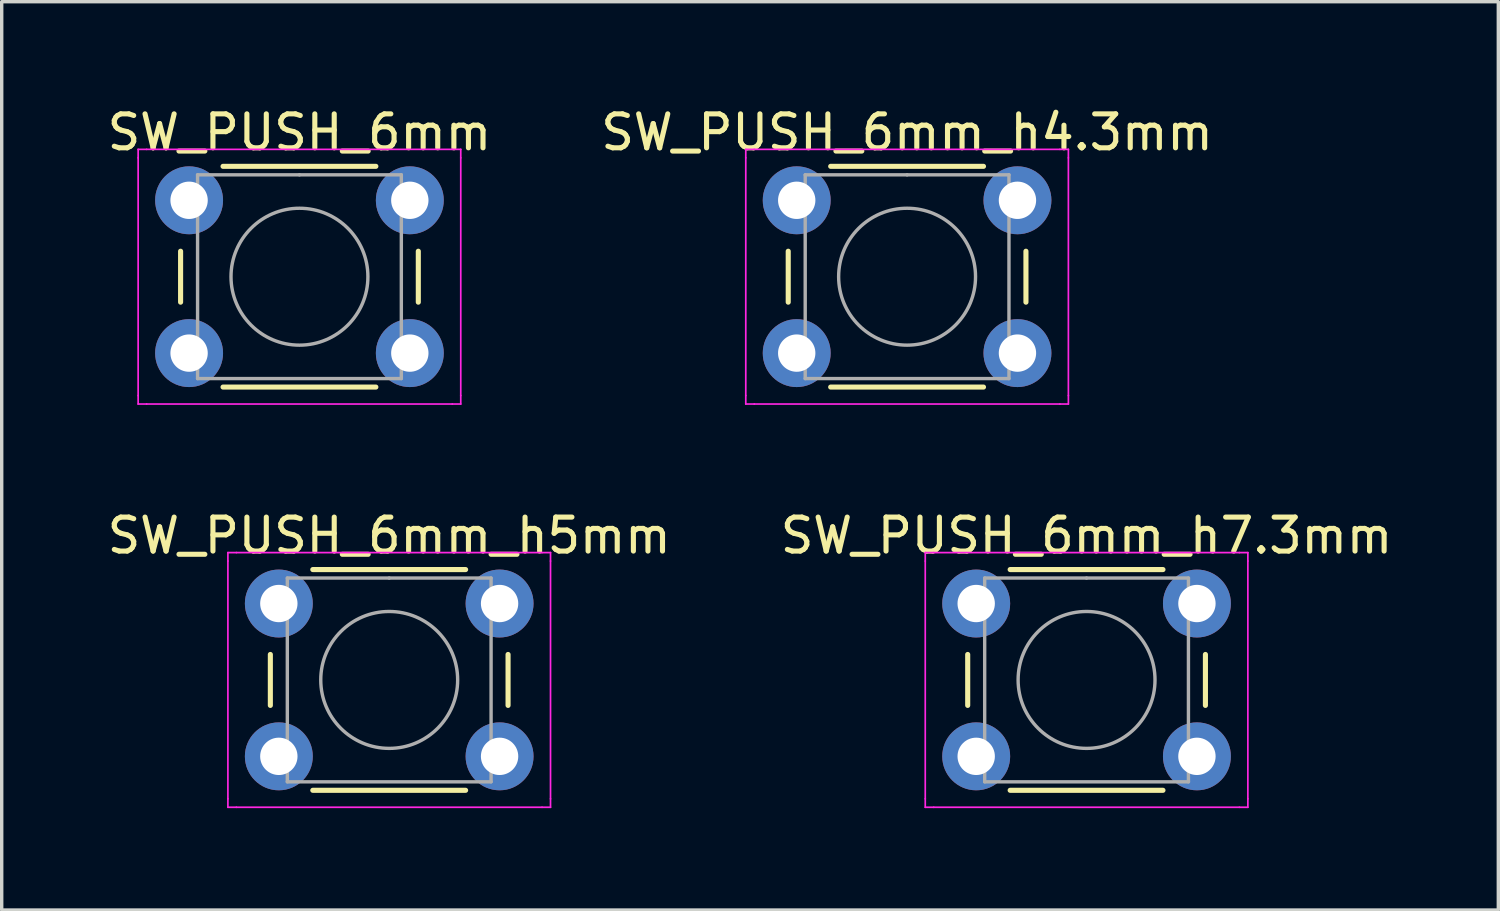
<source format=kicad_pcb>
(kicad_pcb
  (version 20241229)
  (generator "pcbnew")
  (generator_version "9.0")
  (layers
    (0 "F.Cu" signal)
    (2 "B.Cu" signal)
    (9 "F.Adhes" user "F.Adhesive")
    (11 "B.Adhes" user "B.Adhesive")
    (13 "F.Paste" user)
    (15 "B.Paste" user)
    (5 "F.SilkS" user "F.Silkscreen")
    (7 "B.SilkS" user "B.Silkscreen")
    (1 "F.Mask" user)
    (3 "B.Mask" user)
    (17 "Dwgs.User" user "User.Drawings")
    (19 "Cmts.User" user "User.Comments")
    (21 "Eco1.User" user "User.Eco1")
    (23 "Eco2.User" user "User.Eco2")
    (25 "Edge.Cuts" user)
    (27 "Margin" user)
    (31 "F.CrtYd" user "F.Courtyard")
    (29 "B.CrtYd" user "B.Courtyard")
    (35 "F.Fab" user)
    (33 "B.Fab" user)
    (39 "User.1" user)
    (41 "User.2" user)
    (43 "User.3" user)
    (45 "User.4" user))
  (footprint "SW_PUSH_6mm_h7.3mm"
    (layer "F.Cu")
    (at 25.696 14.722)
    (property "Reference" "SW_PUSH_6mm_h7.3mm" (at 3.25 -2 0) (layer "F.SilkS") (effects (font (size 1 1) (thickness 0.15))))
    (attr through_hole)
    (fp_line (start -0.25 1.5) (end -0.25 3) (stroke (width 0.15) (type solid)) (layer "F.SilkS"))
    (fp_line (start 1 5.5) (end 5.5 5.5) (stroke (width 0.15) (type solid)) (layer "F.SilkS"))
    (fp_line (start 5.5 -1) (end 1 -1) (stroke (width 0.15) (type solid)) (layer "F.SilkS"))
    (fp_line (start 6.75 3) (end 6.75 1.5) (stroke (width 0.15) (type solid)) (layer "F.SilkS"))
    (fp_line (start -1.5 -1.5) (end -1.25 -1.5) (stroke (width 0.05) (type solid)) (layer "F.CrtYd"))
    (fp_line (start -1.5 -1.25) (end -1.5 -1.5) (stroke (width 0.05) (type solid)) (layer "F.CrtYd"))
    (fp_line (start -1.5 5.75) (end -1.5 -1.25) (stroke (width 0.05) (type solid)) (layer "F.CrtYd"))
    (fp_line (start -1.5 5.75) (end -1.5 6) (stroke (width 0.05) (type solid)) (layer "F.CrtYd"))
    (fp_line (start -1.5 6) (end -1.25 6) (stroke (width 0.05) (type solid)) (layer "F.CrtYd"))
    (fp_line (start -1.25 -1.5) (end 7.75 -1.5) (stroke (width 0.05) (type solid)) (layer "F.CrtYd"))
    (fp_line (start 7.75 -1.5) (end 8 -1.5) (stroke (width 0.05) (type solid)) (layer "F.CrtYd"))
    (fp_line (start 7.75 6) (end -1.25 6) (stroke (width 0.05) (type solid)) (layer "F.CrtYd"))
    (fp_line (start 7.75 6) (end 8 6) (stroke (width 0.05) (type solid)) (layer "F.CrtYd"))
    (fp_line (start 8 -1.5) (end 8 -1.25) (stroke (width 0.05) (type solid)) (layer "F.CrtYd"))
    (fp_line (start 8 -1.25) (end 8 5.75) (stroke (width 0.05) (type solid)) (layer "F.CrtYd"))
    (fp_line (start 8 6) (end 8 5.75) (stroke (width 0.05) (type solid)) (layer "F.CrtYd"))
    (fp_line (start 0.25 -0.75) (end 3.25 -0.75) (stroke (width 0.1) (type solid)) (layer "F.Fab"))
    (fp_line (start 0.25 5.25) (end 0.25 -0.75) (stroke (width 0.1) (type solid)) (layer "F.Fab"))
    (fp_line (start 3.25 -0.75) (end 6.25 -0.75) (stroke (width 0.1) (type solid)) (layer "F.Fab"))
    (fp_line (start 6.25 -0.75) (end 6.25 5.25) (stroke (width 0.1) (type solid)) (layer "F.Fab"))
    (fp_line (start 6.25 5.25) (end 0.25 5.25) (stroke (width 0.1) (type solid)) (layer "F.Fab"))
    (fp_circle (center 3.25 2.25) (end 1.25 2.5) (stroke (width 0.1) (type solid)) (fill no) (layer "F.Fab"))
    (pad "1" thru_hole circle (at 0 0 90) (size 2 2) (drill 1.1) (layers "*.Cu" "*.Mask"))
    (pad "1" thru_hole circle (at 6.5 0 90) (size 2 2) (drill 1.1) (layers "*.Cu" "*.Mask"))
    (pad "2" thru_hole circle (at 0 4.5 90) (size 2 2) (drill 1.1) (layers "*.Cu" "*.Mask"))
    (pad "2" thru_hole circle (at 6.5 4.5 90) (size 2 2) (drill 1.1) (layers "*.Cu" "*.Mask")))
  (footprint "SW_PUSH_6mm_h4.3mm"
    (layer "F.Cu")
    (at 20.411 2.848)
    (property "Reference" "SW_PUSH_6mm_h4.3mm" (at 3.25 -2 0) (layer "F.SilkS") (effects (font (size 1 1) (thickness 0.15))))
    (attr through_hole)
    (fp_line (start -0.25 1.5) (end -0.25 3) (stroke (width 0.15) (type solid)) (layer "F.SilkS"))
    (fp_line (start 1 5.5) (end 5.5 5.5) (stroke (width 0.15) (type solid)) (layer "F.SilkS"))
    (fp_line (start 5.5 -1) (end 1 -1) (stroke (width 0.15) (type solid)) (layer "F.SilkS"))
    (fp_line (start 6.75 3) (end 6.75 1.5) (stroke (width 0.15) (type solid)) (layer "F.SilkS"))
    (fp_line (start -1.5 -1.5) (end -1.25 -1.5) (stroke (width 0.05) (type solid)) (layer "F.CrtYd"))
    (fp_line (start -1.5 -1.25) (end -1.5 -1.5) (stroke (width 0.05) (type solid)) (layer "F.CrtYd"))
    (fp_line (start -1.5 5.75) (end -1.5 -1.25) (stroke (width 0.05) (type solid)) (layer "F.CrtYd"))
    (fp_line (start -1.5 5.75) (end -1.5 6) (stroke (width 0.05) (type solid)) (layer "F.CrtYd"))
    (fp_line (start -1.5 6) (end -1.25 6) (stroke (width 0.05) (type solid)) (layer "F.CrtYd"))
    (fp_line (start -1.25 -1.5) (end 7.75 -1.5) (stroke (width 0.05) (type solid)) (layer "F.CrtYd"))
    (fp_line (start 7.75 -1.5) (end 8 -1.5) (stroke (width 0.05) (type solid)) (layer "F.CrtYd"))
    (fp_line (start 7.75 6) (end -1.25 6) (stroke (width 0.05) (type solid)) (layer "F.CrtYd"))
    (fp_line (start 7.75 6) (end 8 6) (stroke (width 0.05) (type solid)) (layer "F.CrtYd"))
    (fp_line (start 8 -1.5) (end 8 -1.25) (stroke (width 0.05) (type solid)) (layer "F.CrtYd"))
    (fp_line (start 8 -1.25) (end 8 5.75) (stroke (width 0.05) (type solid)) (layer "F.CrtYd"))
    (fp_line (start 8 6) (end 8 5.75) (stroke (width 0.05) (type solid)) (layer "F.CrtYd"))
    (fp_line (start 0.25 -0.75) (end 3.25 -0.75) (stroke (width 0.1) (type solid)) (layer "F.Fab"))
    (fp_line (start 0.25 5.25) (end 0.25 -0.75) (stroke (width 0.1) (type solid)) (layer "F.Fab"))
    (fp_line (start 3.25 -0.75) (end 6.25 -0.75) (stroke (width 0.1) (type solid)) (layer "F.Fab"))
    (fp_line (start 6.25 -0.75) (end 6.25 5.25) (stroke (width 0.1) (type solid)) (layer "F.Fab"))
    (fp_line (start 6.25 5.25) (end 0.25 5.25) (stroke (width 0.1) (type solid)) (layer "F.Fab"))
    (fp_circle (center 3.25 2.25) (end 1.25 2.5) (stroke (width 0.1) (type solid)) (fill no) (layer "F.Fab"))
    (pad "1" thru_hole circle (at 0 0 90) (size 2 2) (drill 1.1) (layers "*.Cu" "*.Mask"))
    (pad "1" thru_hole circle (at 6.5 0 90) (size 2 2) (drill 1.1) (layers "*.Cu" "*.Mask"))
    (pad "2" thru_hole circle (at 0 4.5 90) (size 2 2) (drill 1.1) (layers "*.Cu" "*.Mask"))
    (pad "2" thru_hole circle (at 6.5 4.5 90) (size 2 2) (drill 1.1) (layers "*.Cu" "*.Mask")))
  (footprint "SW_PUSH_6mm_h5mm"
    (layer "F.Cu")
    (at 5.161 14.722)
    (property "Reference" "SW_PUSH_6mm_h5mm" (at 3.25 -2 0) (layer "F.SilkS") (effects (font (size 1 1) (thickness 0.15))))
    (attr through_hole)
    (fp_line (start -0.25 1.5) (end -0.25 3) (stroke (width 0.15) (type solid)) (layer "F.SilkS"))
    (fp_line (start 1 5.5) (end 5.5 5.5) (stroke (width 0.15) (type solid)) (layer "F.SilkS"))
    (fp_line (start 5.5 -1) (end 1 -1) (stroke (width 0.15) (type solid)) (layer "F.SilkS"))
    (fp_line (start 6.75 3) (end 6.75 1.5) (stroke (width 0.15) (type solid)) (layer "F.SilkS"))
    (fp_line (start -1.5 -1.5) (end -1.25 -1.5) (stroke (width 0.05) (type solid)) (layer "F.CrtYd"))
    (fp_line (start -1.5 -1.25) (end -1.5 -1.5) (stroke (width 0.05) (type solid)) (layer "F.CrtYd"))
    (fp_line (start -1.5 5.75) (end -1.5 -1.25) (stroke (width 0.05) (type solid)) (layer "F.CrtYd"))
    (fp_line (start -1.5 5.75) (end -1.5 6) (stroke (width 0.05) (type solid)) (layer "F.CrtYd"))
    (fp_line (start -1.5 6) (end -1.25 6) (stroke (width 0.05) (type solid)) (layer "F.CrtYd"))
    (fp_line (start -1.25 -1.5) (end 7.75 -1.5) (stroke (width 0.05) (type solid)) (layer "F.CrtYd"))
    (fp_line (start 7.75 -1.5) (end 8 -1.5) (stroke (width 0.05) (type solid)) (layer "F.CrtYd"))
    (fp_line (start 7.75 6) (end -1.25 6) (stroke (width 0.05) (type solid)) (layer "F.CrtYd"))
    (fp_line (start 7.75 6) (end 8 6) (stroke (width 0.05) (type solid)) (layer "F.CrtYd"))
    (fp_line (start 8 -1.5) (end 8 -1.25) (stroke (width 0.05) (type solid)) (layer "F.CrtYd"))
    (fp_line (start 8 -1.25) (end 8 5.75) (stroke (width 0.05) (type solid)) (layer "F.CrtYd"))
    (fp_line (start 8 6) (end 8 5.75) (stroke (width 0.05) (type solid)) (layer "F.CrtYd"))
    (fp_line (start 0.25 -0.75) (end 3.25 -0.75) (stroke (width 0.1) (type solid)) (layer "F.Fab"))
    (fp_line (start 0.25 5.25) (end 0.25 -0.75) (stroke (width 0.1) (type solid)) (layer "F.Fab"))
    (fp_line (start 3.25 -0.75) (end 6.25 -0.75) (stroke (width 0.1) (type solid)) (layer "F.Fab"))
    (fp_line (start 6.25 -0.75) (end 6.25 5.25) (stroke (width 0.1) (type solid)) (layer "F.Fab"))
    (fp_line (start 6.25 5.25) (end 0.25 5.25) (stroke (width 0.1) (type solid)) (layer "F.Fab"))
    (fp_circle (center 3.25 2.25) (end 1.25 2.5) (stroke (width 0.1) (type solid)) (fill no) (layer "F.Fab"))
    (pad "1" thru_hole circle (at 0 0 90) (size 2 2) (drill 1.1) (layers "*.Cu" "*.Mask"))
    (pad "1" thru_hole circle (at 6.5 0 90) (size 2 2) (drill 1.1) (layers "*.Cu" "*.Mask"))
    (pad "2" thru_hole circle (at 0 4.5 90) (size 2 2) (drill 1.1) (layers "*.Cu" "*.Mask"))
    (pad "2" thru_hole circle (at 6.5 4.5 90) (size 2 2) (drill 1.1) (layers "*.Cu" "*.Mask")))
  (footprint "SW_PUSH_6mm"
    (layer "F.Cu")
    (at 2.518 2.848)
    (property "Reference" "SW_PUSH_6mm" (at 3.25 -2 0) (layer "F.SilkS") (effects (font (size 1 1) (thickness 0.15))))
    (attr through_hole)
    (fp_line (start -0.25 1.5) (end -0.25 3) (stroke (width 0.15) (type solid)) (layer "F.SilkS"))
    (fp_line (start 1 5.5) (end 5.5 5.5) (stroke (width 0.15) (type solid)) (layer "F.SilkS"))
    (fp_line (start 5.5 -1) (end 1 -1) (stroke (width 0.15) (type solid)) (layer "F.SilkS"))
    (fp_line (start 6.75 3) (end 6.75 1.5) (stroke (width 0.15) (type solid)) (layer "F.SilkS"))
    (fp_line (start -1.5 -1.5) (end -1.25 -1.5) (stroke (width 0.05) (type solid)) (layer "F.CrtYd"))
    (fp_line (start -1.5 -1.25) (end -1.5 -1.5) (stroke (width 0.05) (type solid)) (layer "F.CrtYd"))
    (fp_line (start -1.5 5.75) (end -1.5 -1.25) (stroke (width 0.05) (type solid)) (layer "F.CrtYd"))
    (fp_line (start -1.5 5.75) (end -1.5 6) (stroke (width 0.05) (type solid)) (layer "F.CrtYd"))
    (fp_line (start -1.5 6) (end -1.25 6) (stroke (width 0.05) (type solid)) (layer "F.CrtYd"))
    (fp_line (start -1.25 -1.5) (end 7.75 -1.5) (stroke (width 0.05) (type solid)) (layer "F.CrtYd"))
    (fp_line (start 7.75 -1.5) (end 8 -1.5) (stroke (width 0.05) (type solid)) (layer "F.CrtYd"))
    (fp_line (start 7.75 6) (end -1.25 6) (stroke (width 0.05) (type solid)) (layer "F.CrtYd"))
    (fp_line (start 7.75 6) (end 8 6) (stroke (width 0.05) (type solid)) (layer "F.CrtYd"))
    (fp_line (start 8 -1.5) (end 8 -1.25) (stroke (width 0.05) (type solid)) (layer "F.CrtYd"))
    (fp_line (start 8 -1.25) (end 8 5.75) (stroke (width 0.05) (type solid)) (layer "F.CrtYd"))
    (fp_line (start 8 6) (end 8 5.75) (stroke (width 0.05) (type solid)) (layer "F.CrtYd"))
    (fp_line (start 0.25 -0.75) (end 3.25 -0.75) (stroke (width 0.1) (type solid)) (layer "F.Fab"))
    (fp_line (start 0.25 5.25) (end 0.25 -0.75) (stroke (width 0.1) (type solid)) (layer "F.Fab"))
    (fp_line (start 3.25 -0.75) (end 6.25 -0.75) (stroke (width 0.1) (type solid)) (layer "F.Fab"))
    (fp_line (start 6.25 -0.75) (end 6.25 5.25) (stroke (width 0.1) (type solid)) (layer "F.Fab"))
    (fp_line (start 6.25 5.25) (end 0.25 5.25) (stroke (width 0.1) (type solid)) (layer "F.Fab"))
    (fp_circle (center 3.25 2.25) (end 1.25 2.5) (stroke (width 0.1) (type solid)) (fill no) (layer "F.Fab"))
    (pad "1" thru_hole circle (at 0 0 90) (size 2 2) (drill 1.1) (layers "*.Cu" "*.Mask"))
    (pad "1" thru_hole circle (at 6.5 0 90) (size 2 2) (drill 1.1) (layers "*.Cu" "*.Mask"))
    (pad "2" thru_hole circle (at 0 4.5 90) (size 2 2) (drill 1.1) (layers "*.Cu" "*.Mask"))
    (pad "2" thru_hole circle (at 6.5 4.5 90) (size 2 2) (drill 1.1) (layers "*.Cu" "*.Mask")))
  (gr_rect
    (start -3 -3)
    (end 41.071 23.747)
    (stroke (width 0.1) (type default))
    (fill no)
    (layer "Edge.Cuts")))
</source>
